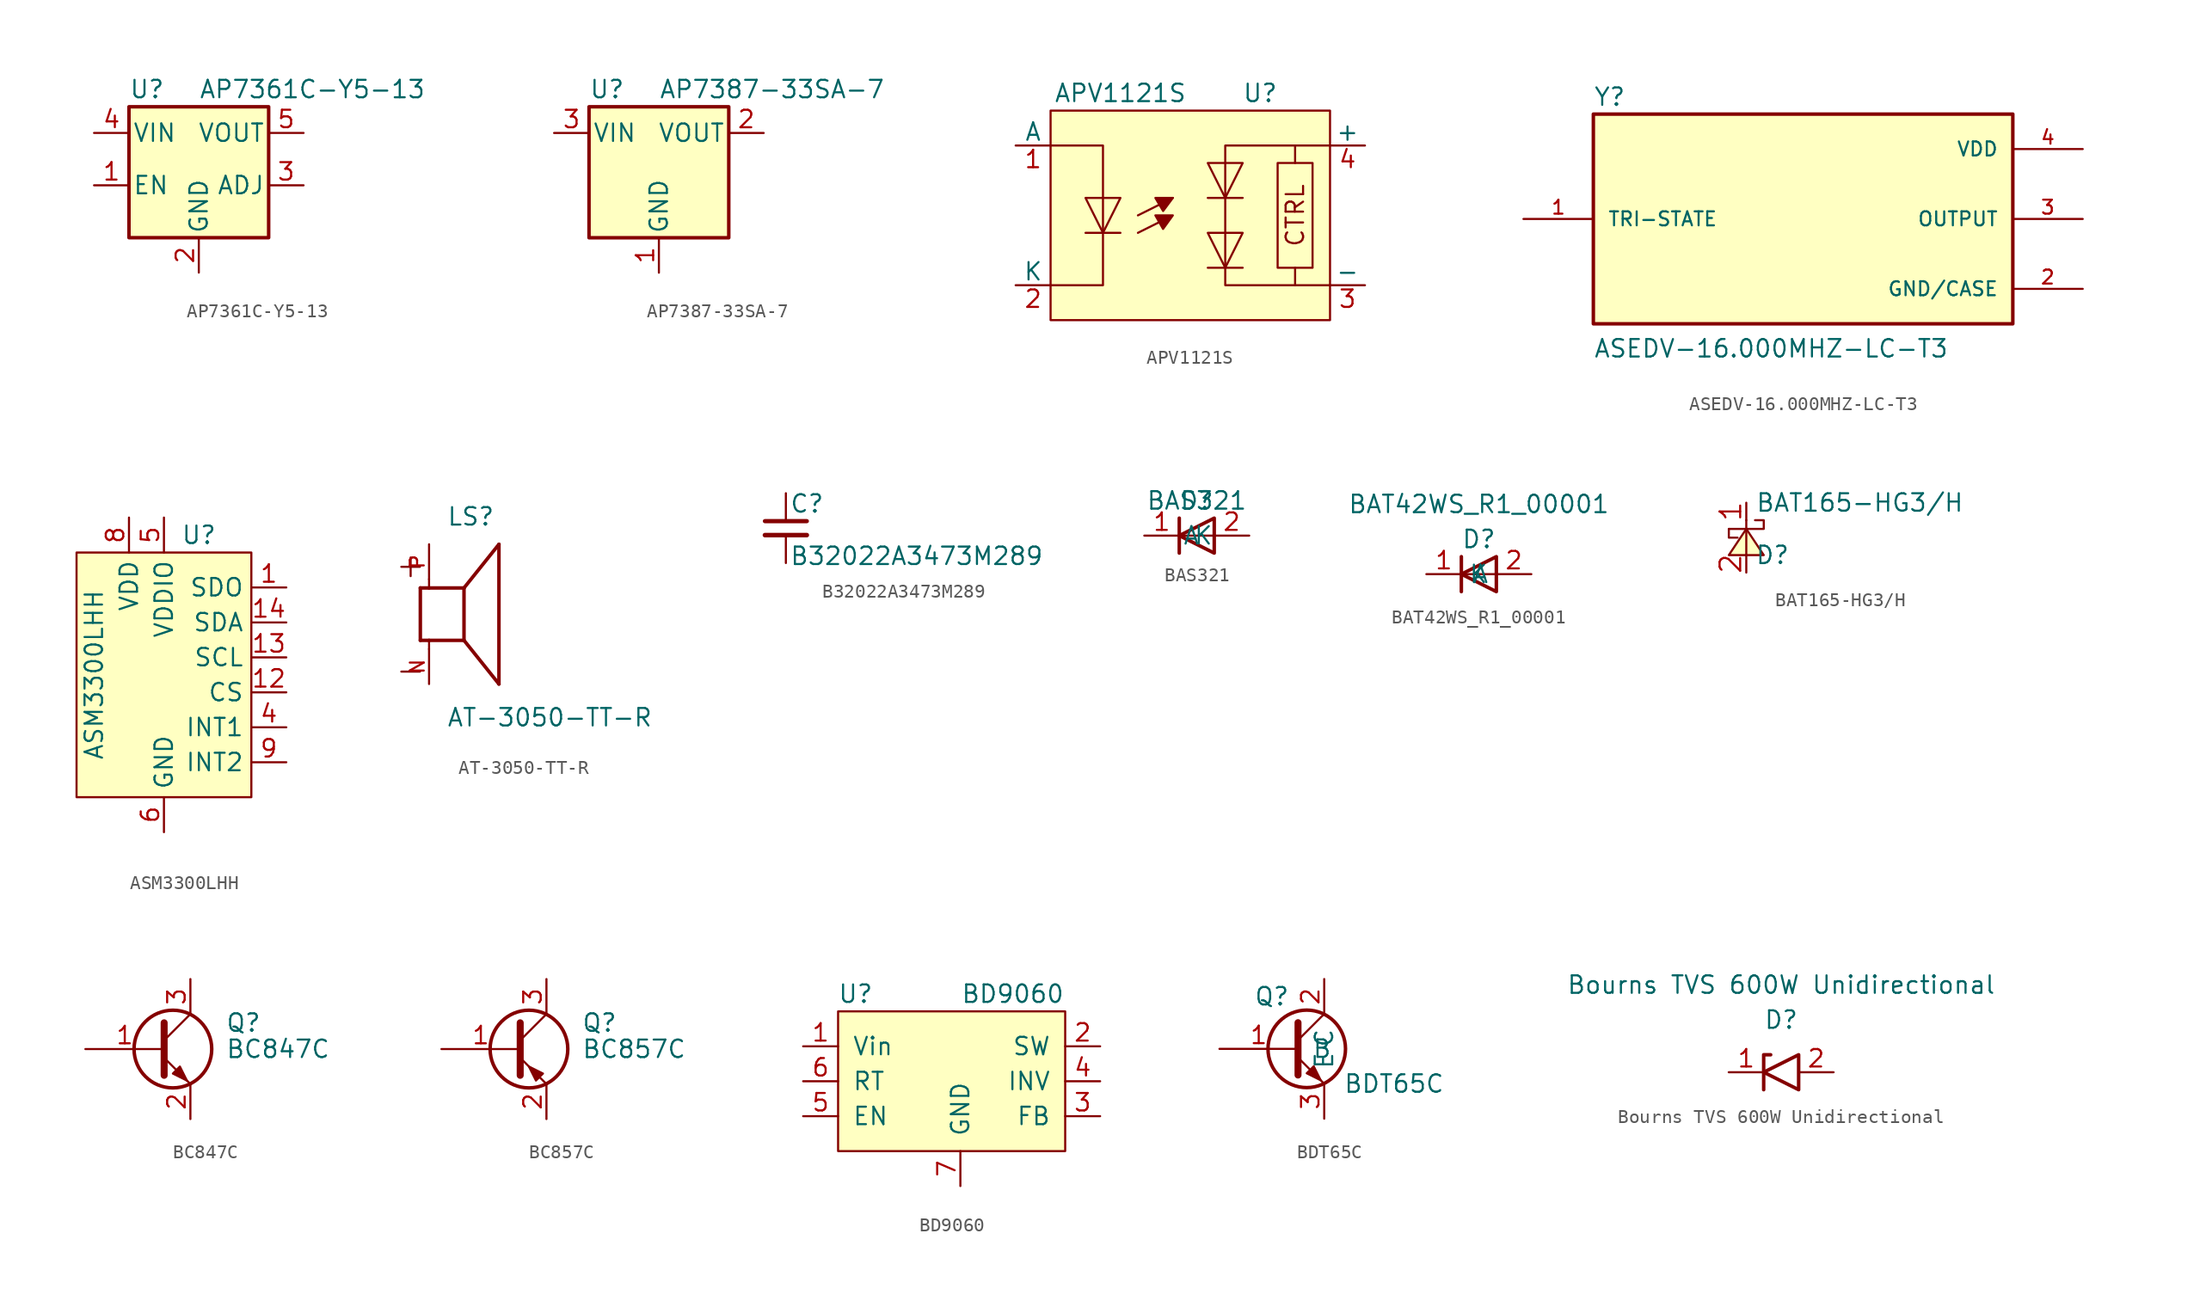
<source format=kicad_sym>
(kicad_symbol_lib
  (version 20231120)
  (generator "kicad_symbol_editor")
  (generator_version "8.0")
  (symbol "AP7361C-Y5-13"
    (pin_names
      (offset 0.254))
    (property "Reference" "U"
      (at -5.08 5.715 0)
      (effects (font (size 1.27 1.27)) (justify left)))
    (property "Value" "AP7361C-Y5-13"
      (at 0 5.715 0)
      (effects (font (size 1.27 1.27)) (justify left)))
    (symbol "AP7361C-Y5-13_0_1"
      (rectangle (start -5.08 4.445) (end 5.08 -5.08) (stroke (width 0.254) (type default)) (fill (type background))))
    (symbol "AP7361C-Y5-13_1_1"
      (pin power_in line (at -7.62 -1.27 0) (length 2.54) (name "EN" (effects (font (size 1.27 1.27)))) (number "1" (effects (font (size 1.27 1.27)))))
      (pin power_in line (at 0 -7.62 90) (length 2.54) (name "GND" (effects (font (size 1.27 1.27)))) (number "2" (effects (font (size 1.27 1.27)))))
      (pin power_out line (at 7.62 -1.27 180) (length 2.54) (name "ADJ" (effects (font (size 1.27 1.27)))) (number "3" (effects (font (size 1.27 1.27)))))
      (pin power_in line (at -7.62 2.54 0) (length 2.54) (name "VIN" (effects (font (size 1.27 1.27)))) (number "4" (effects (font (size 1.27 1.27)))))
      (pin power_out line (at 7.62 2.54 180) (length 2.54) (name "VOUT" (effects (font (size 1.27 1.27)))) (number "5" (effects (font (size 1.27 1.27)))))))
  (symbol "AP7387-33SA-7"
    (pin_names
      (offset 0.254))
    (property "Reference" "U"
      (at -5.08 5.715 0)
      (effects (font (size 1.27 1.27)) (justify left)))
    (property "Value" "AP7387-33SA-7"
      (at 0 5.715 0)
      (effects (font (size 1.27 1.27)) (justify left)))
    (symbol "AP7387-33SA-7_0_1"
      (rectangle (start -5.08 4.445) (end 5.08 -5.08) (stroke (width 0.254) (type default)) (fill (type background))))
    (symbol "AP7387-33SA-7_1_1"
      (pin power_in line (at 0 -7.62 90) (length 2.54) (name "GND" (effects (font (size 1.27 1.27)))) (number "1" (effects (font (size 1.27 1.27)))))
      (pin power_out line (at 7.62 2.54 180) (length 2.54) (name "VOUT" (effects (font (size 1.27 1.27)))) (number "2" (effects (font (size 1.27 1.27)))))
      (pin power_in line (at -7.62 2.54 0) (length 2.54) (name "VIN" (effects (font (size 1.27 1.27)))) (number "3" (effects (font (size 1.27 1.27)))))))
  (symbol "APV1121S"
    (pin_names
      (offset 0))
    (property "Reference" "U"
      (at 5.08 8.89 0)
      (effects (font (size 1.27 1.27))))
    (property "Value" "APV1121S"
      (at -5.08 8.89 0)
      (effects (font (size 1.27 1.27))))
    (symbol "APV1121S_0_1"
      (polyline (pts (xy 1.27 -3.81) (xy 3.81 -3.81)) (stroke (width 0) (type default)) (fill (type none)))
      (polyline (pts (xy 1.27 1.27) (xy 3.81 1.27)) (stroke (width 0) (type default)) (fill (type none)))
      (polyline (pts (xy 7.62 -5.08) (xy 7.62 -3.81)) (stroke (width 0) (type default)) (fill (type none)))
      (polyline (pts (xy 7.62 5.08) (xy 7.62 3.81)) (stroke (width 0) (type default)) (fill (type none)))
      (polyline (pts (xy 1.27 3.81) (xy 3.81 3.81) (xy 2.54 1.27) (xy 1.27 3.81)) (stroke (width 0) (type default)) (fill (type none)))
      (polyline (pts (xy 2.54 -3.81) (xy 1.27 -1.27) (xy 3.81 -1.27) (xy 2.54 -3.81)) (stroke (width 0) (type default)) (fill (type none)))
      (polyline (pts (xy 10.16 5.08) (xy 2.54 5.08) (xy 2.54 -5.08) (xy 10.16 -5.08)) (stroke (width 0) (type default)) (fill (type none)))
      (rectangle (start 6.35 3.81) (end 8.89 -3.81) (stroke (width 0) (type default)) (fill (type none))))
    (symbol "APV1121S_1_1"
      (rectangle (start -10.16 7.62) (end 10.16 -7.62) (stroke (width 0) (type default)) (fill (type background)))
      (polyline (pts (xy -7.62 -1.27) (xy -5.08 -1.27)) (stroke (width 0) (type default)) (fill (type none)))
      (polyline (pts (xy -3.81 0) (xy -1.27 1.27)) (stroke (width 0) (type default)) (fill (type none)))
      (polyline (pts (xy -7.62 1.27) (xy -5.08 1.27) (xy -6.35 -1.27) (xy -7.62 1.27)) (stroke (width 0) (type default)) (fill (type none)))
      (polyline (pts (xy -1.27 1.27) (xy -2.54 1.27) (xy -1.977 0.318) (xy -1.27 1.27)) (stroke (width 0) (type default)) (fill (type outline)))
      (polyline (pts (xy -10.16 5.08) (xy -7.62 5.08) (xy -6.35 5.08) (xy -6.35 -5.08) (xy -10.16 -5.08)) (stroke (width 0) (type default)) (fill (type none)))
      (polyline (pts (xy -3.81 -1.27) (xy -1.27 0) (xy -2.54 0) (xy -1.982 -0.987) (xy -1.27 0)) (stroke (width 0) (type default)) (fill (type outline)))
      (text "CTRL" (at 7.62 0 900) (effects (font (size 1.27 1.27))))
      (pin input line (at -12.7 5.08 0) (length 2.54) (name "A" (effects (font (size 1.27 1.27)))) (number "1" (effects (font (size 1.27 1.27)))))
      (pin input line (at -12.7 -5.08 0) (length 2.54) (name "K" (effects (font (size 1.27 1.27)))) (number "2" (effects (font (size 1.27 1.27)))))
      (pin input line (at 12.7 -5.08 180) (length 2.54) (name "-" (effects (font (size 1.27 1.27)))) (number "3" (effects (font (size 1.27 1.27)))))
      (pin input line (at 12.7 5.08 180) (length 2.54) (name "+" (effects (font (size 1.27 1.27)))) (number "4" (effects (font (size 1.27 1.27)))))))
  (symbol "ASEDV-16.000MHZ-LC-T3"
    (pin_names
      (offset 1.016))
    (property "Reference" "Y"
      (at -15.24 8.128 0)
      (effects (font (size 1.27 1.27)) (justify left bottom)))
    (property "Value" "ASEDV-16.000MHZ-LC-T3"
      (at -15.24 -10.16 0)
      (effects (font (size 1.27 1.27)) (justify left bottom)))
    (symbol "ASEDV-16.000MHZ-LC-T3_0_0"
      (rectangle (start -15.24 -7.62) (end 15.24 7.62) (stroke (width 0.254) (type default)) (fill (type background)))
      (pin passive line (at -20.32 0 0) (length 5.08) (name "TRI-STATE" (effects (font (size 1.016 1.016)))) (number "1" (effects (font (size 1.016 1.016)))))
      (pin passive line (at 20.32 -5.08 180) (length 5.08) (name "GND/CASE" (effects (font (size 1.016 1.016)))) (number "2" (effects (font (size 1.016 1.016)))))
      (pin output line (at 20.32 0 180) (length 5.08) (name "OUTPUT" (effects (font (size 1.016 1.016)))) (number "3" (effects (font (size 1.016 1.016)))))
      (pin power_in line (at 20.32 5.08 180) (length 5.08) (name "VDD" (effects (font (size 1.016 1.016)))) (number "4" (effects (font (size 1.016 1.016)))))))
  (symbol "ASM3300LHH"
    (property "Reference" "U"
      (at 2.54 10.16 0)
      (effects (font (size 1.27 1.27))))
    (property "Value" "ASM3300LHH"
      (at -5.08 0 90)
      (effects (font (size 1.27 1.27))))
    (symbol "ASM3300LHH_1_1"
      (rectangle (start -6.35 8.89) (end 6.35 -8.89) (stroke (width 0) (type default)) (fill (type background)))
      (pin input line (at 8.89 6.35 180) (length 2.54) (name "SDO" (effects (font (size 1.27 1.27)))) (number "1" (effects (font (size 1.27 1.27)))))
      (pin input line (at 8.89 -1.27 180) (length 2.54) (name "CS" (effects (font (size 1.27 1.27)))) (number "12" (effects (font (size 1.27 1.27)))))
      (pin input line (at 8.89 1.27 180) (length 2.54) (name "SCL" (effects (font (size 1.27 1.27)))) (number "13" (effects (font (size 1.27 1.27)))))
      (pin input line (at 8.89 3.81 180) (length 2.54) (name "SDA" (effects (font (size 1.27 1.27)))) (number "14" (effects (font (size 1.27 1.27)))))
      (pin power_in line (at 0 -11.43 90) (length 2.54) hide (name "RES" (effects (font (size 1.27 1.27)))) (number "2" (effects (font (size 1.27 1.27)))))
      (pin power_in line (at 0 -11.43 90) (length 2.54) hide (name "RES" (effects (font (size 1.27 1.27)))) (number "3" (effects (font (size 1.27 1.27)))))
      (pin input line (at 8.89 -3.81 180) (length 2.54) (name "INT1" (effects (font (size 1.27 1.27)))) (number "4" (effects (font (size 1.27 1.27)))))
      (pin power_in line (at 0 11.43 270) (length 2.54) (name "VDDIO" (effects (font (size 1.27 1.27)))) (number "5" (effects (font (size 1.27 1.27)))))
      (pin power_in line (at 0 -11.43 90) (length 2.54) (name "GND" (effects (font (size 1.27 1.27)))) (number "6" (effects (font (size 1.27 1.27)))))
      (pin power_in line (at 0 -11.43 90) (length 2.54) hide (name "GND" (effects (font (size 1.27 1.27)))) (number "7" (effects (font (size 1.27 1.27)))))
      (pin power_in line (at -2.54 11.43 270) (length 2.54) (name "VDD" (effects (font (size 1.27 1.27)))) (number "8" (effects (font (size 1.27 1.27)))))
      (pin input line (at 8.89 -6.35 180) (length 2.54) (name "INT2" (effects (font (size 1.27 1.27)))) (number "9" (effects (font (size 1.27 1.27)))))))
  (symbol "AT-3050-TT-R"
    (pin_names
      (offset 1.016))
    (property "Reference" "LS"
      (at -1.27 6.35 0)
      (effects (font (size 1.27 1.27)) (justify left bottom)))
    (property "Value" "AT-3050-TT-R"
      (at -1.27 -8.255 0)
      (effects (font (size 1.27 1.27)) (justify left bottom)))
    (symbol "AT-3050-TT-R_0_0"
      (polyline (pts (xy -3.175 -1.905) (xy -2.54 -1.905)) (stroke (width 0.254) (type default)) (fill (type none)))
      (polyline (pts (xy -3.175 1.905) (xy -3.175 -1.905)) (stroke (width 0.254) (type default)) (fill (type none)))
      (polyline (pts (xy -3.175 1.905) (xy -2.54 1.905)) (stroke (width 0.254) (type default)) (fill (type none)))
      (polyline (pts (xy -2.54 -2.54) (xy -2.54 -1.905)) (stroke (width 0.152) (type default)) (fill (type none)))
      (polyline (pts (xy -2.54 -1.905) (xy 0 -1.905)) (stroke (width 0.254) (type default)) (fill (type none)))
      (polyline (pts (xy -2.54 1.905) (xy 0 1.905)) (stroke (width 0.254) (type default)) (fill (type none)))
      (polyline (pts (xy -2.54 2.54) (xy -2.54 1.905)) (stroke (width 0.152) (type default)) (fill (type none)))
      (polyline (pts (xy 0 -1.905) (xy 0 1.905)) (stroke (width 0.254) (type default)) (fill (type none)))
      (polyline (pts (xy 0 -1.905) (xy 2.54 -5.08)) (stroke (width 0.254) (type default)) (fill (type none)))
      (polyline (pts (xy 0 1.905) (xy 2.54 5.08)) (stroke (width 0.254) (type default)) (fill (type none)))
      (polyline (pts (xy 2.54 -5.08) (xy 2.54 5.08)) (stroke (width 0.254) (type default)) (fill (type none)))
      (text "+" (at -5.08 2.54 0) (effects (font (size 1.778 1.778)) (justify left bottom)))
      (text "-" (at -5.08 -5.08 0) (effects (font (size 1.778 1.778)) (justify left bottom)))
      (pin passive line (at -2.54 -5.08 90) (length 2.54) (name "~" (effects (font (size 1.016 1.016)))) (number "N" (effects (font (size 1.016 1.016)))))
      (pin passive line (at -2.54 5.08 270) (length 2.54) (name "~" (effects (font (size 1.016 1.016)))) (number "P" (effects (font (size 1.016 1.016)))))))
  (symbol "B32022A3473M289"
    (pin_numbers hide)
    (pin_names
      (offset 0.254) hide)
    (property "Reference" "C"
      (at 0.254 1.778 0)
      (effects (font (size 1.27 1.27)) (justify left)))
    (property "Value" "B32022A3473M289"
      (at 0.254 -2.032 0)
      (effects (font (size 1.27 1.27)) (justify left)))
    (symbol "B32022A3473M289_0_1"
      (polyline (pts (xy -1.524 -0.508) (xy 1.524 -0.508)) (stroke (width 0.33) (type default)) (fill (type none)))
      (polyline (pts (xy -1.524 0.508) (xy 1.524 0.508)) (stroke (width 0.305) (type default)) (fill (type none))))
    (symbol "B32022A3473M289_1_1"
      (pin passive line (at 0 2.54 270) (length 2.032) (name "~" (effects (font (size 1.27 1.27)))) (number "1" (effects (font (size 1.27 1.27)))))
      (pin passive line (at 0 -2.54 90) (length 2.032) (name "~" (effects (font (size 1.27 1.27)))) (number "2" (effects (font (size 1.27 1.27)))))))
  (symbol "BAS321"
    (pin_names
      (offset 1.016))
    (property "Reference" "D"
      (at 0 0 0)
      (effects (font (size 1.27 1.27))))
    (property "Value" "BAS321"
      (at 0 0 0)
      (effects (font (size 1.27 1.27))))
    (symbol "BAS321_1_1"
      (polyline (pts (xy -1.27 -1.27) (xy -1.27 -3.81)) (stroke (width 0.254) (type default)) (fill (type none)))
      (polyline (pts (xy 1.27 -2.54) (xy -1.27 -2.54)) (stroke (width 0) (type default)) (fill (type none)))
      (polyline (pts (xy 1.27 -1.27) (xy 1.27 -3.81) (xy -1.27 -2.54) (xy 1.27 -1.27)) (stroke (width 0.254) (type default)) (fill (type none)))
      (pin passive line (at -3.81 -2.54 0) (length 2.54) (name "K" (effects (font (size 1.27 1.27)))) (number "1" (effects (font (size 1.27 1.27)))))
      (pin passive line (at 3.81 -2.54 180) (length 2.54) (name "A" (effects (font (size 1.27 1.27)))) (number "2" (effects (font (size 1.27 1.27)))))))
  (symbol "BAT42WS_R1_00001"
    (property "Reference" "D"
      (at 0 0 0)
      (effects (font (size 1.27 1.27))))
    (property "Value" "BAT42WS_R1_00001"
      (at 0 2.54 0)
      (effects (font (size 1.27 1.27))))
    (symbol "BAT42WS_R1_00001_0_1"
      (polyline (pts (xy -1.27 -1.27) (xy -1.27 -3.81)) (stroke (width 0.254) (type default)) (fill (type none)))
      (polyline (pts (xy 1.27 -2.54) (xy -1.27 -2.54)) (stroke (width 0) (type default)) (fill (type none)))
      (polyline (pts (xy 1.27 -1.27) (xy 1.27 -3.81) (xy -1.27 -2.54) (xy 1.27 -1.27)) (stroke (width 0.254) (type default)) (fill (type none))))
    (symbol "BAT42WS_R1_00001_1_1"
      (pin passive line (at -3.81 -2.54 0) (length 2.54) (name "K" (effects (font (size 1.27 1.27)))) (number "1" (effects (font (size 1.27 1.27)))))
      (pin passive line (at 3.81 -2.54 180) (length 2.54) (name "A" (effects (font (size 1.27 1.27)))) (number "2" (effects (font (size 1.27 1.27)))))))
  (symbol "BAT165-HG3/H"
    (pin_names hide)
    (property "Reference" "D"
      (at 1.905 -1.27 0)
      (effects (font (size 1.27 1.27))))
    (property "Value" "BAT165-HG3{slash}H"
      (at 8.255 2.54 0)
      (effects (font (size 1.27 1.27))))
    (symbol "BAT165-HG3/H_0_1"
      (polyline (pts (xy 0 1.27) (xy 0 -1.27)) (stroke (width 0) (type default)) (fill (type none)))
      (polyline (pts (xy -1.27 0.635) (xy -1.27 0) (xy -0.635 0)) (stroke (width 0) (type default)) (fill (type none)))
      (polyline (pts (xy -1.27 0.635) (xy 1.27 0.635) (xy 1.27 1.27) (xy 0.635 1.27)) (stroke (width 0) (type default)) (fill (type none)))
      (polyline (pts (xy 0 0.635) (xy -1.27 -1.27) (xy 1.27 -1.27) (xy 0 0.635)) (stroke (width 0) (type default)) (fill (type background))))
    (symbol "BAT165-HG3/H_1_1"
      (pin power_in line (at 0 2.54 270) (length 1.27) (name "K" (effects (font (size 1.499 1.499)))) (number "1" (effects (font (size 1.499 1.499)))))
      (pin power_in line (at 0 -2.54 90) (length 1.27) (name "A" (effects (font (size 1.499 1.499)))) (number "2" (effects (font (size 1.499 1.499)))))))
  (symbol "BC847C"
    (pin_names
      (offset 0) hide)
    (property "Reference" "Q"
      (at 5.08 1.905 0)
      (effects (font (size 1.27 1.27)) (justify left)))
    (property "Value" "BC847C"
      (at 5.08 0 0)
      (effects (font (size 1.27 1.27)) (justify left)))
    (symbol "BC847C_0_1"
      (polyline (pts (xy 0.635 0.635) (xy 2.54 2.54)) (stroke (width 0) (type default)) (fill (type none)))
      (polyline (pts (xy 0.635 -0.635) (xy 2.54 -2.54) (xy 2.54 -2.54)) (stroke (width 0) (type default)) (fill (type none)))
      (polyline (pts (xy 0.635 1.905) (xy 0.635 -1.905) (xy 0.635 -1.905)) (stroke (width 0.508) (type default)) (fill (type none)))
      (polyline (pts (xy 1.27 -1.778) (xy 1.778 -1.27) (xy 2.286 -2.286) (xy 1.27 -1.778) (xy 1.27 -1.778)) (stroke (width 0) (type default)) (fill (type outline)))
      (circle (center 1.27 0) (radius 2.819) (stroke (width 0.254) (type default)) (fill (type none))))
    (symbol "BC847C_1_1"
      (pin input line (at -5.08 0 0) (length 5.715) (name "B" (effects (font (size 1.27 1.27)))) (number "1" (effects (font (size 1.27 1.27)))))
      (pin passive line (at 2.54 -5.08 90) (length 2.54) (name "E" (effects (font (size 1.27 1.27)))) (number "2" (effects (font (size 1.27 1.27)))))
      (pin passive line (at 2.54 5.08 270) (length 2.54) (name "C" (effects (font (size 1.27 1.27)))) (number "3" (effects (font (size 1.27 1.27)))))))
  (symbol "BC857C"
    (pin_names
      (offset 0) hide)
    (property "Reference" "Q"
      (at 5.08 1.905 0)
      (effects (font (size 1.27 1.27)) (justify left)))
    (property "Value" "BC857C"
      (at 5.08 0 0)
      (effects (font (size 1.27 1.27)) (justify left)))
    (symbol "BC857C_0_1"
      (polyline (pts (xy 0.635 0.635) (xy 2.54 2.54)) (stroke (width 0) (type default)) (fill (type none)))
      (polyline (pts (xy 0.635 -0.635) (xy 2.54 -2.54) (xy 2.54 -2.54)) (stroke (width 0) (type default)) (fill (type none)))
      (polyline (pts (xy 0.635 1.905) (xy 0.635 -1.905) (xy 0.635 -1.905)) (stroke (width 0.508) (type default)) (fill (type none)))
      (polyline (pts (xy 2.286 -1.778) (xy 1.778 -2.286) (xy 1.27 -1.27) (xy 2.286 -1.778) (xy 2.286 -1.778)) (stroke (width 0) (type default)) (fill (type outline)))
      (circle (center 1.27 0) (radius 2.819) (stroke (width 0.254) (type default)) (fill (type none))))
    (symbol "BC857C_1_1"
      (pin input line (at -5.08 0 0) (length 5.715) (name "B" (effects (font (size 1.27 1.27)))) (number "1" (effects (font (size 1.27 1.27)))))
      (pin passive line (at 2.54 -5.08 90) (length 2.54) (name "E" (effects (font (size 1.27 1.27)))) (number "2" (effects (font (size 1.27 1.27)))))
      (pin passive line (at 2.54 5.08 270) (length 2.54) (name "C" (effects (font (size 1.27 1.27)))) (number "3" (effects (font (size 1.27 1.27)))))))
  (symbol "BD9060"
    (pin_names
      (offset 1.016))
    (property "Reference" "U"
      (at -7.62 3.81 0)
      (effects (font (size 1.27 1.27))))
    (property "Value" "BD9060"
      (at 3.81 3.81 0)
      (effects (font (size 1.27 1.27))))
    (symbol "BD9060_0_1"
      (rectangle (start -8.89 2.54) (end 7.62 -7.62) (stroke (width 0) (type default)) (fill (type background))))
    (symbol "BD9060_1_1"
      (pin input line (at -11.43 0 0) (length 2.54) (name "Vin" (effects (font (size 1.27 1.27)))) (number "1" (effects (font (size 1.27 1.27)))))
      (pin input line (at 10.16 0 180) (length 2.54) (name "SW" (effects (font (size 1.27 1.27)))) (number "2" (effects (font (size 1.27 1.27)))))
      (pin input line (at 10.16 -5.08 180) (length 2.54) (name "FB" (effects (font (size 1.27 1.27)))) (number "3" (effects (font (size 1.27 1.27)))))
      (pin output line (at 10.16 -2.54 180) (length 2.54) (name "INV" (effects (font (size 1.27 1.27)))) (number "4" (effects (font (size 1.27 1.27)))))
      (pin input line (at -11.43 -5.08 0) (length 2.54) (name "EN" (effects (font (size 1.27 1.27)))) (number "5" (effects (font (size 1.27 1.27)))))
      (pin input line (at -11.43 -2.54 0) (length 2.54) (name "RT" (effects (font (size 1.27 1.27)))) (number "6" (effects (font (size 1.27 1.27)))))
      (pin input line (at 0 -10.16 90) (length 2.54) (name "GND" (effects (font (size 1.27 1.27)))) (number "7" (effects (font (size 1.27 1.27)))))))
  (symbol "BDT65C"
    (pin_names
      (offset 1.016))
    (property "Reference" "Q"
      (at -2.54 3.81 0)
      (effects (font (size 1.27 1.27))))
    (property "Value" "BDT65C"
      (at 6.35 -2.54 0)
      (effects (font (size 1.27 1.27))))
    (symbol "BDT65C_1_1"
      (polyline (pts (xy -0.635 0.635) (xy 1.27 2.54)) (stroke (width 0) (type default)) (fill (type none)))
      (polyline (pts (xy -0.635 -0.635) (xy 1.27 -2.54) (xy 1.27 -2.54)) (stroke (width 0) (type default)) (fill (type none)))
      (polyline (pts (xy -0.635 1.905) (xy -0.635 -1.905) (xy -0.635 -1.905)) (stroke (width 0.508) (type default)) (fill (type none)))
      (polyline (pts (xy 0 -1.778) (xy 0.508 -1.27) (xy 1.016 -2.286) (xy 0 -1.778) (xy 0 -1.778)) (stroke (width 0) (type default)) (fill (type outline)))
      (circle (center 0 0) (radius 2.819) (stroke (width 0.254) (type default)) (fill (type none)))
      (pin passive line (at -6.35 0 0) (length 5.715) (name "B" (effects (font (size 1.27 1.27)))) (number "1" (effects (font (size 1.27 1.27)))))
      (pin passive line (at 1.27 5.08 270) (length 2.54) (name "C" (effects (font (size 1.27 1.27)))) (number "2" (effects (font (size 1.27 1.27)))))
      (pin passive line (at 1.27 -5.08 90) (length 2.54) (name "E" (effects (font (size 1.27 1.27)))) (number "3" (effects (font (size 1.27 1.27)))))))
  (symbol "Bourns TVS 600W Unidirectional"
    (property "Reference" "D"
      (at 0 0 0)
      (effects (font (size 1.27 1.27))))
    (property "Value" "Bourns TVS 600W Unidirectional"
      (at 0 2.54 0)
      (effects (font (size 1.27 1.27))))
    (symbol "Bourns TVS 600W Unidirectional_0_1"
      (polyline (pts (xy -0.762 -2.54) (xy -1.27 -2.54) (xy -1.27 -5.08)) (stroke (width 0.254) (type default)) (fill (type none)))
      (polyline (pts (xy 1.27 -2.54) (xy 1.27 -5.08) (xy -1.27 -3.81) (xy 1.27 -2.54)) (stroke (width 0.254) (type default)) (fill (type none))))
    (symbol "Bourns TVS 600W Unidirectional_1_1"
      (pin passive line (at -3.81 -3.81 0) (length 2.54) (name "" (effects (font (size 1.27 1.27)))) (number "1" (effects (font (size 1.27 1.27)))))
      (pin passive line (at 3.81 -3.81 180) (length 2.54) (name "" (effects (font (size 1.27 1.27)))) (number "2" (effects (font (size 1.27 1.27))))))))
</source>
